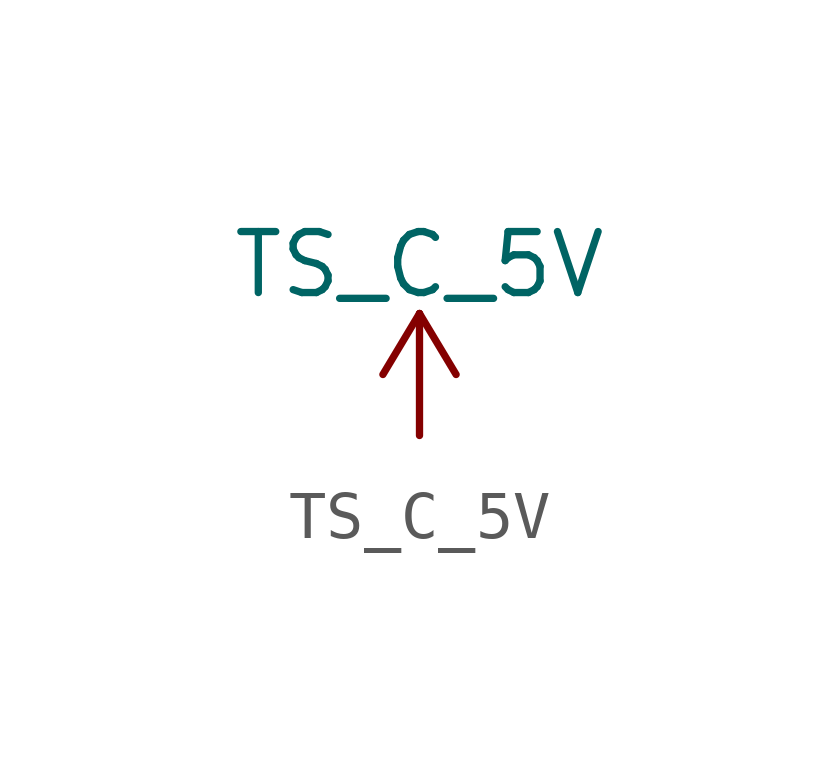
<source format=kicad_sym>
(kicad_symbol_lib
  (version 20231120)
  (generator "kicad_symbol_editor")
  (generator_version "8.0")
  (symbol "TS_C_5V"
    (power)
    (pin_names
      (offset 0))
    (property "Reference" "#PWR"
      (at 0 -3.81 0)
      (effects (font (size 1.27 1.27)) (hide yes)))
    (property "Value" "TS_C_5V"
      (at 0 3.556 0)
      (effects (font (size 1.27 1.27))))
    (symbol "TS_C_5V_0_1"
      (polyline (pts (xy -0.762 1.27) (xy 0 2.54)) (stroke (width 0) (type default)) (fill (type none)))
      (polyline (pts (xy 0 0) (xy 0 2.54)) (stroke (width 0) (type default)) (fill (type none)))
      (polyline (pts (xy 0 2.54) (xy 0.762 1.27)) (stroke (width 0) (type default)) (fill (type none))))
    (symbol "TS_C_5V_1_1"
      (pin power_in line (at 0 0 90) (length 0) hide (name "+5V" (effects (font (size 1.27 1.27)))) (number "1" (effects (font (size 1.27 1.27))))))))
</source>
